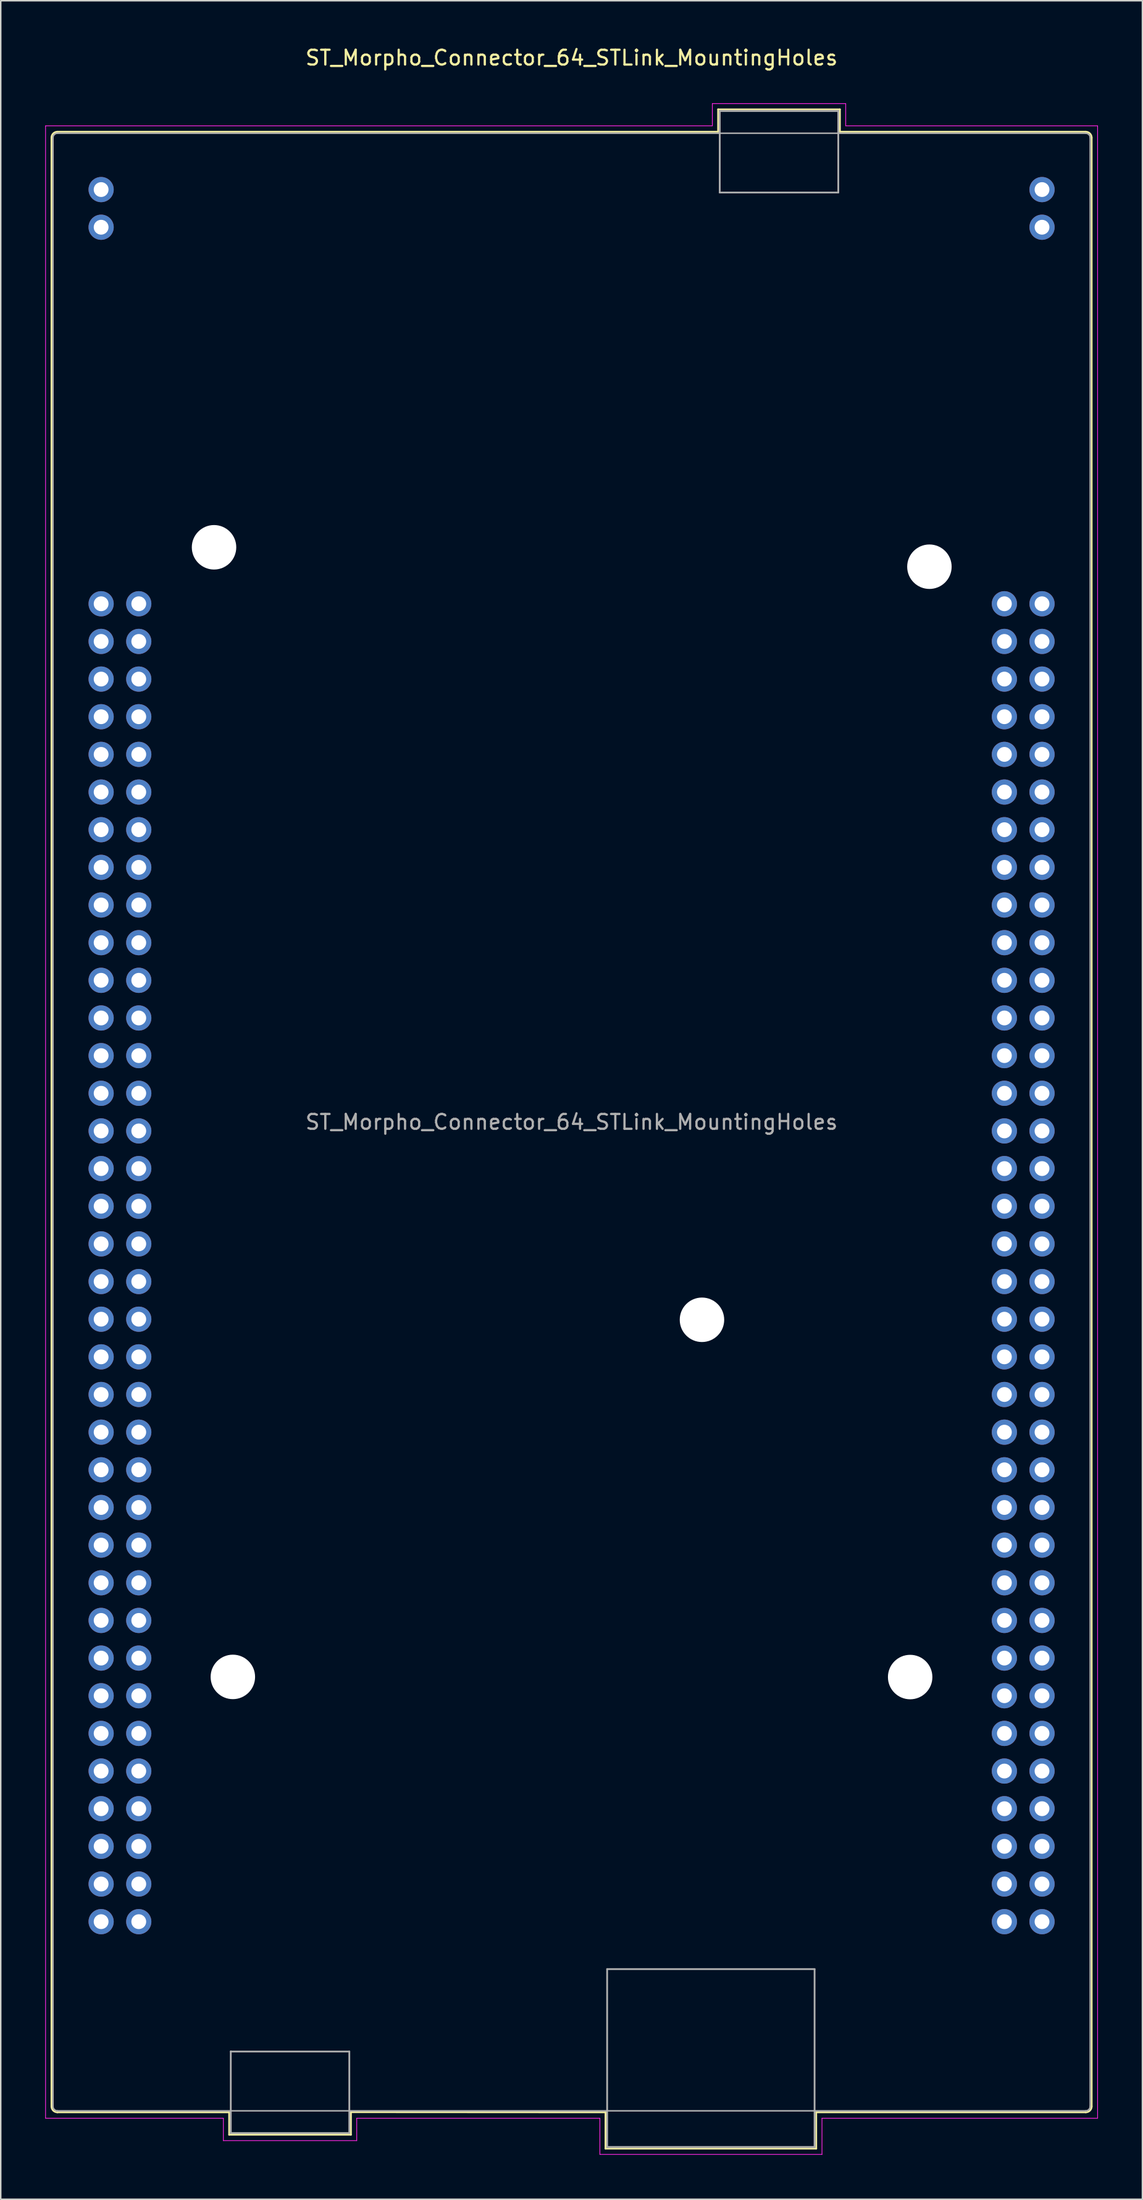
<source format=kicad_pcb>
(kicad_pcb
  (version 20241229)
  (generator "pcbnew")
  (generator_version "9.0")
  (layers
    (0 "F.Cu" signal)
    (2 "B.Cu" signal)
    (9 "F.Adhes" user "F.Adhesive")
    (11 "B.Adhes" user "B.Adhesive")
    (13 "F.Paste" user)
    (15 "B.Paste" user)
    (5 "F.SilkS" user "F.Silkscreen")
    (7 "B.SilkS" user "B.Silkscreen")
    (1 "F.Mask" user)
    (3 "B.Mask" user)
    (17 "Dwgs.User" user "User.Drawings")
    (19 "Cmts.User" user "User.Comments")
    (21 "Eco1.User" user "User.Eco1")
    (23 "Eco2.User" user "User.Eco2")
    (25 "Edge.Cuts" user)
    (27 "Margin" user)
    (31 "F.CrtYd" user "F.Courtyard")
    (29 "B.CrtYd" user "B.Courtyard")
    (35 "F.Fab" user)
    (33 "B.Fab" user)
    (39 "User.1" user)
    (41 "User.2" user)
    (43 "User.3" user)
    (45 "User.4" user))
  (footprint "ST_Morpho_Connector_64_STLink_MountingHoles"
    (layer "F.Cu")
    (at 3.775 37.678)
    (property "Reference" "ST_Morpho_Connector_64_STLink_MountingHoles" (at 31.75 -36.83 0) (layer "F.SilkS") (effects (font (size 1 1) (thickness 0.15))))
    (attr through_hole)
    (fp_line (start -3.35 -31.44) (end -3.35 101.36) (stroke (width 0.12) (type solid)) (layer "F.SilkS"))
    (fp_line (start 8.64 101.76) (end -2.95 101.76) (stroke (width 0.12) (type solid)) (layer "F.SilkS"))
    (fp_line (start 8.64 101.76) (end 8.64 103.27) (stroke (width 0.12) (type solid)) (layer "F.SilkS"))
    (fp_line (start 8.64 103.27) (end 16.86 103.27) (stroke (width 0.12) (type solid)) (layer "F.SilkS"))
    (fp_line (start 16.86 103.27) (end 16.86 101.75) (stroke (width 0.12) (type solid)) (layer "F.SilkS"))
    (fp_line (start 34.04 101.76) (end 16.86 101.75) (stroke (width 0.12) (type solid)) (layer "F.SilkS"))
    (fp_line (start 34.04 104.21) (end 34.04 101.76) (stroke (width 0.12) (type solid)) (layer "F.SilkS"))
    (fp_line (start 41.64 -33.35) (end 49.86 -33.35) (stroke (width 0.12) (type solid)) (layer "F.SilkS"))
    (fp_line (start 41.64 -31.84) (end -2.95 -31.84) (stroke (width 0.12) (type solid)) (layer "F.SilkS"))
    (fp_line (start 41.64 -31.84) (end 41.64 -33.35) (stroke (width 0.12) (type solid)) (layer "F.SilkS"))
    (fp_line (start 48.26 101.76) (end 48.26 104.21) (stroke (width 0.12) (type solid)) (layer "F.SilkS"))
    (fp_line (start 48.26 101.76) (end 66.45 101.76) (stroke (width 0.12) (type solid)) (layer "F.SilkS"))
    (fp_line (start 48.26 104.21) (end 34.04 104.21) (stroke (width 0.12) (type solid)) (layer "F.SilkS"))
    (fp_line (start 49.86 -33.35) (end 49.86 -31.84) (stroke (width 0.12) (type solid)) (layer "F.SilkS"))
    (fp_line (start 49.86 -31.84) (end 66.45 -31.84) (stroke (width 0.12) (type solid)) (layer "F.SilkS"))
    (fp_line (start 66.85 101.36) (end 66.85 -31.44) (stroke (width 0.12) (type solid)) (layer "F.SilkS"))
    (fp_arc (start -3.35 -31.44) (mid -3.232843 -31.722843) (end -2.95 -31.84) (stroke (width 0.12) (type solid)) (layer "F.SilkS"))
    (fp_arc (start -2.95 101.76) (mid -3.232843 101.642843) (end -3.35 101.36) (stroke (width 0.12) (type solid)) (layer "F.SilkS"))
    (fp_arc (start 66.45 -31.84) (mid 66.732843 -31.722843) (end 66.85 -31.44) (stroke (width 0.12) (type solid)) (layer "F.SilkS"))
    (fp_arc (start 66.85 101.36) (mid 66.732843 101.642843) (end 66.45 101.76) (stroke (width 0.12) (type solid)) (layer "F.SilkS"))
    (fp_line (start -3.75 -32.24) (end -3.75 102.16) (stroke (width 0.05) (type solid)) (layer "F.CrtYd"))
    (fp_line (start -3.75 102.16) (end 8.25 102.16) (stroke (width 0.05) (type solid)) (layer "F.CrtYd"))
    (fp_line (start 8.25 102.16) (end 8.25 103.67) (stroke (width 0.05) (type solid)) (layer "F.CrtYd"))
    (fp_line (start 8.25 103.67) (end 17.25 103.67) (stroke (width 0.05) (type solid)) (layer "F.CrtYd"))
    (fp_line (start 17.25 102.16) (end 17.25 103.67) (stroke (width 0.05) (type solid)) (layer "F.CrtYd"))
    (fp_line (start 17.25 102.16) (end 33.66 102.16) (stroke (width 0.05) (type solid)) (layer "F.CrtYd"))
    (fp_line (start 33.66 104.6) (end 33.66 102.16) (stroke (width 0.05) (type solid)) (layer "F.CrtYd"))
    (fp_line (start 33.66 104.6) (end 48.65 104.6) (stroke (width 0.05) (type solid)) (layer "F.CrtYd"))
    (fp_line (start 41.25 -33.74) (end 50.25 -33.74) (stroke (width 0.05) (type solid)) (layer "F.CrtYd"))
    (fp_line (start 41.25 -32.24) (end -3.75 -32.24) (stroke (width 0.05) (type solid)) (layer "F.CrtYd"))
    (fp_line (start 41.25 -32.24) (end 41.25 -33.74) (stroke (width 0.05) (type solid)) (layer "F.CrtYd"))
    (fp_line (start 48.65 102.16) (end 48.65 104.6) (stroke (width 0.05) (type solid)) (layer "F.CrtYd"))
    (fp_line (start 50.25 -32.24) (end 50.25 -33.74) (stroke (width 0.05) (type solid)) (layer "F.CrtYd"))
    (fp_line (start 50.25 -32.24) (end 67.25 -32.24) (stroke (width 0.05) (type solid)) (layer "F.CrtYd"))
    (fp_line (start 67.25 102.16) (end 48.65 102.16) (stroke (width 0.05) (type solid)) (layer "F.CrtYd"))
    (fp_line (start 67.25 102.16) (end 67.25 -32.24) (stroke (width 0.05) (type solid)) (layer "F.CrtYd"))
    (fp_line (start -3.25 101.36) (end -3.25 -31.44) (stroke (width 0.1) (type solid)) (layer "F.Fab"))
    (fp_line (start 8.75 97.66) (end 16.75 97.66) (stroke (width 0.12) (type solid)) (layer "F.Fab"))
    (fp_line (start 8.75 103.16) (end 8.75 97.65) (stroke (width 0.12) (type solid)) (layer "F.Fab"))
    (fp_line (start 8.75 103.16) (end 16.75 103.16) (stroke (width 0.12) (type solid)) (layer "F.Fab"))
    (fp_line (start 16.75 97.66) (end 16.75 103.16) (stroke (width 0.12) (type solid)) (layer "F.Fab"))
    (fp_line (start 34.15 92.1) (end 48.15 92.1) (stroke (width 0.12) (type solid)) (layer "F.Fab"))
    (fp_line (start 34.15 104.1) (end 34.15 92.1) (stroke (width 0.12) (type solid)) (layer "F.Fab"))
    (fp_line (start 34.15 104.1) (end 48.15 104.1) (stroke (width 0.12) (type solid)) (layer "F.Fab"))
    (fp_line (start 41.75 -33.24) (end 49.75 -33.24) (stroke (width 0.12) (type solid)) (layer "F.Fab"))
    (fp_line (start 41.75 -27.74) (end 41.75 -33.24) (stroke (width 0.12) (type solid)) (layer "F.Fab"))
    (fp_line (start 41.75 -27.74) (end 49.75 -27.74) (stroke (width 0.12) (type solid)) (layer "F.Fab"))
    (fp_line (start 48.15 104.1) (end 48.15 92.1) (stroke (width 0.12) (type solid)) (layer "F.Fab"))
    (fp_line (start 49.75 -33.24) (end 49.75 -27.74) (stroke (width 0.12) (type solid)) (layer "F.Fab"))
    (fp_line (start 66.45 -31.74) (end -2.95 -31.74) (stroke (width 0.1) (type solid)) (layer "F.Fab"))
    (fp_line (start 66.45 101.66) (end -2.95 101.66) (stroke (width 0.1) (type solid)) (layer "F.Fab"))
    (fp_line (start 66.75 101.36) (end 66.75 -31.44) (stroke (width 0.1) (type solid)) (layer "F.Fab"))
    (fp_arc (start -3.25 -31.44) (mid -3.162132 -31.652132) (end -2.95 -31.74) (stroke (width 0.1) (type solid)) (layer "F.Fab"))
    (fp_arc (start -2.95 101.66) (mid -3.162132 101.572132) (end -3.25 101.36) (stroke (width 0.1) (type solid)) (layer "F.Fab"))
    (fp_arc (start 66.45 -31.74) (mid 66.662132 -31.652132) (end 66.75 -31.44) (stroke (width 0.1) (type solid)) (layer "F.Fab"))
    (fp_arc (start 66.75 101.36) (mid 66.662132 101.572132) (end 66.45 101.66) (stroke (width 0.1) (type solid)) (layer "F.Fab"))
    (fp_text user "${REFERENCE}" (at 31.75 34.96 0) (layer "F.Fab") (effects (font (size 1 1) (thickness 0.15))))
    (pad "" np_thru_hole circle (at 7.62 -3.81) (size 3 3) (drill 3) (layers "*.Cu" "*.Mask"))
    (pad "" np_thru_hole circle (at 8.89 72.39) (size 3 3) (drill 3) (layers "*.Cu" "*.Mask"))
    (pad "" np_thru_hole circle (at 40.55 48.3) (size 3 3) (drill 3) (layers "*.Cu" "*.Mask"))
    (pad "" np_thru_hole circle (at 54.6 72.4) (size 3 3) (drill 3) (layers "*.Cu" "*.Mask"))
    (pad "" np_thru_hole circle (at 55.9 -2.5) (size 3 3) (drill 3) (layers "*.Cu" "*.Mask"))
    (pad "1" thru_hole circle (at 0 0) (size 1.7 1.7) (drill 1) (layers "*.Cu" "*.Mask"))
    (pad "2" thru_hole circle (at 2.54 0) (size 1.7 1.7) (drill 1) (layers "*.Cu" "*.Mask"))
    (pad "3" thru_hole circle (at 0 2.54) (size 1.7 1.7) (drill 1) (layers "*.Cu" "*.Mask"))
    (pad "4" thru_hole circle (at 2.54 2.54) (size 1.7 1.7) (drill 1) (layers "*.Cu" "*.Mask"))
    (pad "5" thru_hole circle (at 0 5.08) (size 1.7 1.7) (drill 1) (layers "*.Cu" "*.Mask"))
    (pad "6" thru_hole circle (at 2.54 5.08) (size 1.7 1.7) (drill 1) (layers "*.Cu" "*.Mask"))
    (pad "7" thru_hole circle (at 0 7.62) (size 1.7 1.7) (drill 1) (layers "*.Cu" "*.Mask"))
    (pad "8" thru_hole circle (at 2.54 7.62) (size 1.7 1.7) (drill 1) (layers "*.Cu" "*.Mask"))
    (pad "9" thru_hole circle (at 0 10.16) (size 1.7 1.7) (drill 1) (layers "*.Cu" "*.Mask"))
    (pad "10" thru_hole circle (at 2.54 10.16) (size 1.7 1.7) (drill 1) (layers "*.Cu" "*.Mask"))
    (pad "11" thru_hole circle (at 0 12.7) (size 1.7 1.7) (drill 1) (layers "*.Cu" "*.Mask"))
    (pad "12" thru_hole circle (at 2.54 12.7) (size 1.7 1.7) (drill 1) (layers "*.Cu" "*.Mask"))
    (pad "13" thru_hole circle (at 0 15.24) (size 1.7 1.7) (drill 1) (layers "*.Cu" "*.Mask"))
    (pad "14" thru_hole circle (at 2.54 15.24) (size 1.7 1.7) (drill 1) (layers "*.Cu" "*.Mask"))
    (pad "15" thru_hole circle (at 0 17.78) (size 1.7 1.7) (drill 1) (layers "*.Cu" "*.Mask"))
    (pad "16" thru_hole circle (at 2.54 17.78) (size 1.7 1.7) (drill 1) (layers "*.Cu" "*.Mask"))
    (pad "17" thru_hole circle (at 0 20.32) (size 1.7 1.7) (drill 1) (layers "*.Cu" "*.Mask"))
    (pad "18" thru_hole circle (at 2.54 20.32) (size 1.7 1.7) (drill 1) (layers "*.Cu" "*.Mask"))
    (pad "19" thru_hole circle (at 0 22.86) (size 1.7 1.7) (drill 1) (layers "*.Cu" "*.Mask"))
    (pad "20" thru_hole circle (at 2.54 22.86) (size 1.7 1.7) (drill 1) (layers "*.Cu" "*.Mask"))
    (pad "21" thru_hole circle (at 0 25.4) (size 1.7 1.7) (drill 1) (layers "*.Cu" "*.Mask"))
    (pad "22" thru_hole circle (at 2.54 25.4) (size 1.7 1.7) (drill 1) (layers "*.Cu" "*.Mask"))
    (pad "23" thru_hole circle (at 0 27.94) (size 1.7 1.7) (drill 1) (layers "*.Cu" "*.Mask"))
    (pad "24" thru_hole circle (at 2.54 27.94) (size 1.7 1.7) (drill 1) (layers "*.Cu" "*.Mask"))
    (pad "25" thru_hole circle (at 0 30.48) (size 1.7 1.7) (drill 1) (layers "*.Cu" "*.Mask"))
    (pad "26" thru_hole circle (at 2.54 30.48) (size 1.7 1.7) (drill 1) (layers "*.Cu" "*.Mask"))
    (pad "27" thru_hole circle (at 0 33.02) (size 1.7 1.7) (drill 1) (layers "*.Cu" "*.Mask"))
    (pad "28" thru_hole circle (at 2.54 33.02) (size 1.7 1.7) (drill 1) (layers "*.Cu" "*.Mask"))
    (pad "29" thru_hole circle (at 0 35.56) (size 1.7 1.7) (drill 1) (layers "*.Cu" "*.Mask"))
    (pad "30" thru_hole circle (at 2.54 35.56) (size 1.7 1.7) (drill 1) (layers "*.Cu" "*.Mask"))
    (pad "31" thru_hole circle (at 0 38.1) (size 1.7 1.7) (drill 1) (layers "*.Cu" "*.Mask"))
    (pad "32" thru_hole circle (at 2.54 38.1) (size 1.7 1.7) (drill 1) (layers "*.Cu" "*.Mask"))
    (pad "33" thru_hole circle (at 0 40.64) (size 1.7 1.7) (drill 1) (layers "*.Cu" "*.Mask"))
    (pad "34" thru_hole circle (at 2.54 40.64) (size 1.7 1.7) (drill 1) (layers "*.Cu" "*.Mask"))
    (pad "35" thru_hole circle (at 0 43.18) (size 1.7 1.7) (drill 1) (layers "*.Cu" "*.Mask"))
    (pad "36" thru_hole circle (at 2.54 43.18) (size 1.7 1.7) (drill 1) (layers "*.Cu" "*.Mask"))
    (pad "37" thru_hole circle (at 0 45.72) (size 1.7 1.7) (drill 1) (layers "*.Cu" "*.Mask"))
    (pad "38" thru_hole circle (at 2.54 45.72) (size 1.7 1.7) (drill 1) (layers "*.Cu" "*.Mask"))
    (pad "39" thru_hole circle (at 0 48.26) (size 1.7 1.7) (drill 1) (layers "*.Cu" "*.Mask"))
    (pad "40" thru_hole circle (at 2.54 48.26) (size 1.7 1.7) (drill 1) (layers "*.Cu" "*.Mask"))
    (pad "41" thru_hole circle (at 0 50.8) (size 1.7 1.7) (drill 1) (layers "*.Cu" "*.Mask"))
    (pad "42" thru_hole circle (at 2.54 50.8) (size 1.7 1.7) (drill 1) (layers "*.Cu" "*.Mask"))
    (pad "43" thru_hole circle (at 0 53.34) (size 1.7 1.7) (drill 1) (layers "*.Cu" "*.Mask"))
    (pad "44" thru_hole circle (at 2.54 53.34) (size 1.7 1.7) (drill 1) (layers "*.Cu" "*.Mask"))
    (pad "45" thru_hole circle (at 0 55.88) (size 1.7 1.7) (drill 1) (layers "*.Cu" "*.Mask"))
    (pad "46" thru_hole circle (at 2.54 55.88) (size 1.7 1.7) (drill 1) (layers "*.Cu" "*.Mask"))
    (pad "47" thru_hole circle (at 0 58.42) (size 1.7 1.7) (drill 1) (layers "*.Cu" "*.Mask"))
    (pad "48" thru_hole circle (at 2.54 58.42) (size 1.7 1.7) (drill 1) (layers "*.Cu" "*.Mask"))
    (pad "49" thru_hole circle (at 0 60.96) (size 1.7 1.7) (drill 1) (layers "*.Cu" "*.Mask"))
    (pad "50" thru_hole circle (at 2.54 60.96) (size 1.7 1.7) (drill 1) (layers "*.Cu" "*.Mask"))
    (pad "51" thru_hole circle (at 0 63.5) (size 1.7 1.7) (drill 1) (layers "*.Cu" "*.Mask"))
    (pad "52" thru_hole circle (at 2.54 63.5) (size 1.7 1.7) (drill 1) (layers "*.Cu" "*.Mask"))
    (pad "53" thru_hole circle (at 0 66.04) (size 1.7 1.7) (drill 1) (layers "*.Cu" "*.Mask"))
    (pad "54" thru_hole circle (at 2.54 66.04) (size 1.7 1.7) (drill 1) (layers "*.Cu" "*.Mask"))
    (pad "55" thru_hole circle (at 0 68.58) (size 1.7 1.7) (drill 1) (layers "*.Cu" "*.Mask"))
    (pad "56" thru_hole circle (at 2.54 68.58) (size 1.7 1.7) (drill 1) (layers "*.Cu" "*.Mask"))
    (pad "57" thru_hole circle (at 0 71.12) (size 1.7 1.7) (drill 1) (layers "*.Cu" "*.Mask"))
    (pad "58" thru_hole circle (at 2.54 71.12) (size 1.7 1.7) (drill 1) (layers "*.Cu" "*.Mask"))
    (pad "59" thru_hole circle (at 0 73.66) (size 1.7 1.7) (drill 1) (layers "*.Cu" "*.Mask"))
    (pad "60" thru_hole circle (at 2.54 73.66) (size 1.7 1.7) (drill 1) (layers "*.Cu" "*.Mask"))
    (pad "61" thru_hole circle (at 0 76.2) (size 1.7 1.7) (drill 1) (layers "*.Cu" "*.Mask"))
    (pad "62" thru_hole circle (at 2.54 76.2) (size 1.7 1.7) (drill 1) (layers "*.Cu" "*.Mask"))
    (pad "63" thru_hole circle (at 0 78.74) (size 1.7 1.7) (drill 1) (layers "*.Cu" "*.Mask"))
    (pad "64" thru_hole circle (at 2.54 78.74) (size 1.7 1.7) (drill 1) (layers "*.Cu" "*.Mask"))
    (pad "65" thru_hole circle (at 0 81.28) (size 1.7 1.7) (drill 1) (layers "*.Cu" "*.Mask"))
    (pad "66" thru_hole circle (at 2.54 81.28) (size 1.7 1.7) (drill 1) (layers "*.Cu" "*.Mask"))
    (pad "67" thru_hole circle (at 0 83.82) (size 1.7 1.7) (drill 1) (layers "*.Cu" "*.Mask"))
    (pad "68" thru_hole circle (at 2.54 83.82) (size 1.7 1.7) (drill 1) (layers "*.Cu" "*.Mask"))
    (pad "69" thru_hole circle (at 0 86.36) (size 1.7 1.7) (drill 1) (layers "*.Cu" "*.Mask"))
    (pad "70" thru_hole circle (at 2.54 86.36) (size 1.7 1.7) (drill 1) (layers "*.Cu" "*.Mask"))
    (pad "71" thru_hole circle (at 0 88.9) (size 1.7 1.7) (drill 1) (layers "*.Cu" "*.Mask"))
    (pad "72" thru_hole circle (at 2.54 88.9) (size 1.7 1.7) (drill 1) (layers "*.Cu" "*.Mask"))
    (pad "73" thru_hole circle (at 60.96 0) (size 1.7 1.7) (drill 1) (layers "*.Cu" "*.Mask"))
    (pad "74" thru_hole circle (at 63.5 0) (size 1.7 1.7) (drill 1) (layers "*.Cu" "*.Mask"))
    (pad "75" thru_hole circle (at 60.96 2.54) (size 1.7 1.7) (drill 1) (layers "*.Cu" "*.Mask"))
    (pad "76" thru_hole circle (at 63.5 2.54) (size 1.7 1.7) (drill 1) (layers "*.Cu" "*.Mask"))
    (pad "77" thru_hole circle (at 60.96 5.08) (size 1.7 1.7) (drill 1) (layers "*.Cu" "*.Mask"))
    (pad "78" thru_hole circle (at 63.5 5.08) (size 1.7 1.7) (drill 1) (layers "*.Cu" "*.Mask"))
    (pad "79" thru_hole circle (at 60.96 7.62) (size 1.7 1.7) (drill 1) (layers "*.Cu" "*.Mask"))
    (pad "80" thru_hole circle (at 63.5 7.62) (size 1.7 1.7) (drill 1) (layers "*.Cu" "*.Mask"))
    (pad "81" thru_hole circle (at 60.96 10.16) (size 1.7 1.7) (drill 1) (layers "*.Cu" "*.Mask"))
    (pad "82" thru_hole circle (at 63.5 10.16) (size 1.7 1.7) (drill 1) (layers "*.Cu" "*.Mask"))
    (pad "83" thru_hole circle (at 60.96 12.7) (size 1.7 1.7) (drill 1) (layers "*.Cu" "*.Mask"))
    (pad "84" thru_hole circle (at 63.5 12.7) (size 1.7 1.7) (drill 1) (layers "*.Cu" "*.Mask"))
    (pad "85" thru_hole circle (at 60.96 15.24) (size 1.7 1.7) (drill 1) (layers "*.Cu" "*.Mask"))
    (pad "86" thru_hole circle (at 63.5 15.24) (size 1.7 1.7) (drill 1) (layers "*.Cu" "*.Mask"))
    (pad "87" thru_hole circle (at 60.96 17.78) (size 1.7 1.7) (drill 1) (layers "*.Cu" "*.Mask"))
    (pad "88" thru_hole circle (at 63.5 17.78) (size 1.7 1.7) (drill 1) (layers "*.Cu" "*.Mask"))
    (pad "89" thru_hole circle (at 60.96 20.32) (size 1.7 1.7) (drill 1) (layers "*.Cu" "*.Mask"))
    (pad "90" thru_hole circle (at 63.5 20.32) (size 1.7 1.7) (drill 1) (layers "*.Cu" "*.Mask"))
    (pad "91" thru_hole circle (at 60.96 22.86) (size 1.7 1.7) (drill 1) (layers "*.Cu" "*.Mask"))
    (pad "92" thru_hole circle (at 63.5 22.86) (size 1.7 1.7) (drill 1) (layers "*.Cu" "*.Mask"))
    (pad "93" thru_hole circle (at 60.96 25.4) (size 1.7 1.7) (drill 1) (layers "*.Cu" "*.Mask"))
    (pad "94" thru_hole circle (at 63.5 25.4) (size 1.7 1.7) (drill 1) (layers "*.Cu" "*.Mask"))
    (pad "95" thru_hole circle (at 60.96 27.94) (size 1.7 1.7) (drill 1) (layers "*.Cu" "*.Mask"))
    (pad "96" thru_hole circle (at 63.5 27.94) (size 1.7 1.7) (drill 1) (layers "*.Cu" "*.Mask"))
    (pad "97" thru_hole circle (at 60.96 30.48) (size 1.7 1.7) (drill 1) (layers "*.Cu" "*.Mask"))
    (pad "98" thru_hole circle (at 63.5 30.48) (size 1.7 1.7) (drill 1) (layers "*.Cu" "*.Mask"))
    (pad "99" thru_hole circle (at 60.96 33.02) (size 1.7 1.7) (drill 1) (layers "*.Cu" "*.Mask"))
    (pad "100" thru_hole circle (at 63.5 33.02) (size 1.7 1.7) (drill 1) (layers "*.Cu" "*.Mask"))
    (pad "101" thru_hole circle (at 60.96 35.56) (size 1.7 1.7) (drill 1) (layers "*.Cu" "*.Mask"))
    (pad "102" thru_hole circle (at 63.5 35.56) (size 1.7 1.7) (drill 1) (layers "*.Cu" "*.Mask"))
    (pad "103" thru_hole circle (at 60.96 38.1) (size 1.7 1.7) (drill 1) (layers "*.Cu" "*.Mask"))
    (pad "104" thru_hole circle (at 63.5 38.1) (size 1.7 1.7) (drill 1) (layers "*.Cu" "*.Mask"))
    (pad "105" thru_hole circle (at 60.96 40.64) (size 1.7 1.7) (drill 1) (layers "*.Cu" "*.Mask"))
    (pad "106" thru_hole circle (at 63.5 40.64) (size 1.7 1.7) (drill 1) (layers "*.Cu" "*.Mask"))
    (pad "107" thru_hole circle (at 60.96 43.18) (size 1.7 1.7) (drill 1) (layers "*.Cu" "*.Mask"))
    (pad "108" thru_hole circle (at 63.5 43.18) (size 1.7 1.7) (drill 1) (layers "*.Cu" "*.Mask"))
    (pad "109" thru_hole circle (at 60.96 45.72) (size 1.7 1.7) (drill 1) (layers "*.Cu" "*.Mask"))
    (pad "110" thru_hole circle (at 63.5 45.72) (size 1.7 1.7) (drill 1) (layers "*.Cu" "*.Mask"))
    (pad "111" thru_hole circle (at 60.96 48.26) (size 1.7 1.7) (drill 1) (layers "*.Cu" "*.Mask"))
    (pad "112" thru_hole circle (at 63.5 48.26) (size 1.7 1.7) (drill 1) (layers "*.Cu" "*.Mask"))
    (pad "113" thru_hole circle (at 60.96 50.8) (size 1.7 1.7) (drill 1) (layers "*.Cu" "*.Mask"))
    (pad "114" thru_hole circle (at 63.5 50.8) (size 1.7 1.7) (drill 1) (layers "*.Cu" "*.Mask"))
    (pad "115" thru_hole circle (at 60.96 53.34) (size 1.7 1.7) (drill 1) (layers "*.Cu" "*.Mask"))
    (pad "116" thru_hole circle (at 63.5 53.34) (size 1.7 1.7) (drill 1) (layers "*.Cu" "*.Mask"))
    (pad "117" thru_hole circle (at 60.96 55.88) (size 1.7 1.7) (drill 1) (layers "*.Cu" "*.Mask"))
    (pad "118" thru_hole circle (at 63.5 55.88) (size 1.7 1.7) (drill 1) (layers "*.Cu" "*.Mask"))
    (pad "119" thru_hole circle (at 60.96 58.42) (size 1.7 1.7) (drill 1) (layers "*.Cu" "*.Mask"))
    (pad "120" thru_hole circle (at 63.5 58.42) (size 1.7 1.7) (drill 1) (layers "*.Cu" "*.Mask"))
    (pad "121" thru_hole circle (at 60.96 60.96) (size 1.7 1.7) (drill 1) (layers "*.Cu" "*.Mask"))
    (pad "122" thru_hole circle (at 63.5 60.96) (size 1.7 1.7) (drill 1) (layers "*.Cu" "*.Mask"))
    (pad "123" thru_hole circle (at 60.96 63.5) (size 1.7 1.7) (drill 1) (layers "*.Cu" "*.Mask"))
    (pad "124" thru_hole circle (at 63.5 63.5) (size 1.7 1.7) (drill 1) (layers "*.Cu" "*.Mask"))
    (pad "125" thru_hole circle (at 60.96 66.04) (size 1.7 1.7) (drill 1) (layers "*.Cu" "*.Mask"))
    (pad "126" thru_hole circle (at 63.5 66.04) (size 1.7 1.7) (drill 1) (layers "*.Cu" "*.Mask"))
    (pad "127" thru_hole circle (at 60.96 68.58) (size 1.7 1.7) (drill 1) (layers "*.Cu" "*.Mask"))
    (pad "128" thru_hole circle (at 63.5 68.58) (size 1.7 1.7) (drill 1) (layers "*.Cu" "*.Mask"))
    (pad "129" thru_hole circle (at 60.96 71.12) (size 1.7 1.7) (drill 1) (layers "*.Cu" "*.Mask"))
    (pad "130" thru_hole circle (at 63.5 71.12) (size 1.7 1.7) (drill 1) (layers "*.Cu" "*.Mask"))
    (pad "131" thru_hole circle (at 60.96 73.66) (size 1.7 1.7) (drill 1) (layers "*.Cu" "*.Mask"))
    (pad "132" thru_hole circle (at 63.5 73.66) (size 1.7 1.7) (drill 1) (layers "*.Cu" "*.Mask"))
    (pad "133" thru_hole circle (at 60.96 76.2) (size 1.7 1.7) (drill 1) (layers "*.Cu" "*.Mask"))
    (pad "134" thru_hole circle (at 63.5 76.2) (size 1.7 1.7) (drill 1) (layers "*.Cu" "*.Mask"))
    (pad "135" thru_hole circle (at 60.96 78.74) (size 1.7 1.7) (drill 1) (layers "*.Cu" "*.Mask"))
    (pad "136" thru_hole circle (at 63.5 78.74) (size 1.7 1.7) (drill 1) (layers "*.Cu" "*.Mask"))
    (pad "137" thru_hole circle (at 60.96 81.28) (size 1.7 1.7) (drill 1) (layers "*.Cu" "*.Mask"))
    (pad "138" thru_hole circle (at 63.5 81.28) (size 1.7 1.7) (drill 1) (layers "*.Cu" "*.Mask"))
    (pad "139" thru_hole circle (at 60.96 83.82) (size 1.7 1.7) (drill 1) (layers "*.Cu" "*.Mask"))
    (pad "140" thru_hole circle (at 63.5 83.82) (size 1.7 1.7) (drill 1) (layers "*.Cu" "*.Mask"))
    (pad "141" thru_hole circle (at 60.96 86.36) (size 1.7 1.7) (drill 1) (layers "*.Cu" "*.Mask"))
    (pad "142" thru_hole circle (at 63.5 86.36) (size 1.7 1.7) (drill 1) (layers "*.Cu" "*.Mask"))
    (pad "143" thru_hole circle (at 60.96 88.9) (size 1.7 1.7) (drill 1) (layers "*.Cu" "*.Mask"))
    (pad "144" thru_hole circle (at 63.5 88.9) (size 1.7 1.7) (drill 1) (layers "*.Cu" "*.Mask"))
    (pad "145" thru_hole circle (at 0 -27.94) (size 1.7 1.7) (drill 1) (layers "*.Cu" "*.Mask"))
    (pad "146" thru_hole circle (at 0 -25.4) (size 1.7 1.7) (drill 1) (layers "*.Cu" "*.Mask"))
    (pad "147" thru_hole circle (at 63.5 -27.94) (size 1.7 1.7) (drill 1) (layers "*.Cu" "*.Mask"))
    (pad "148" thru_hole circle (at 63.5 -25.4) (size 1.7 1.7) (drill 1) (layers "*.Cu" "*.Mask")))
  (gr_rect
    (start -3 -3)
    (end 74.05 145.303)
    (stroke (width 0.1) (type default))
    (fill no)
    (layer "Edge.Cuts")))
</source>
